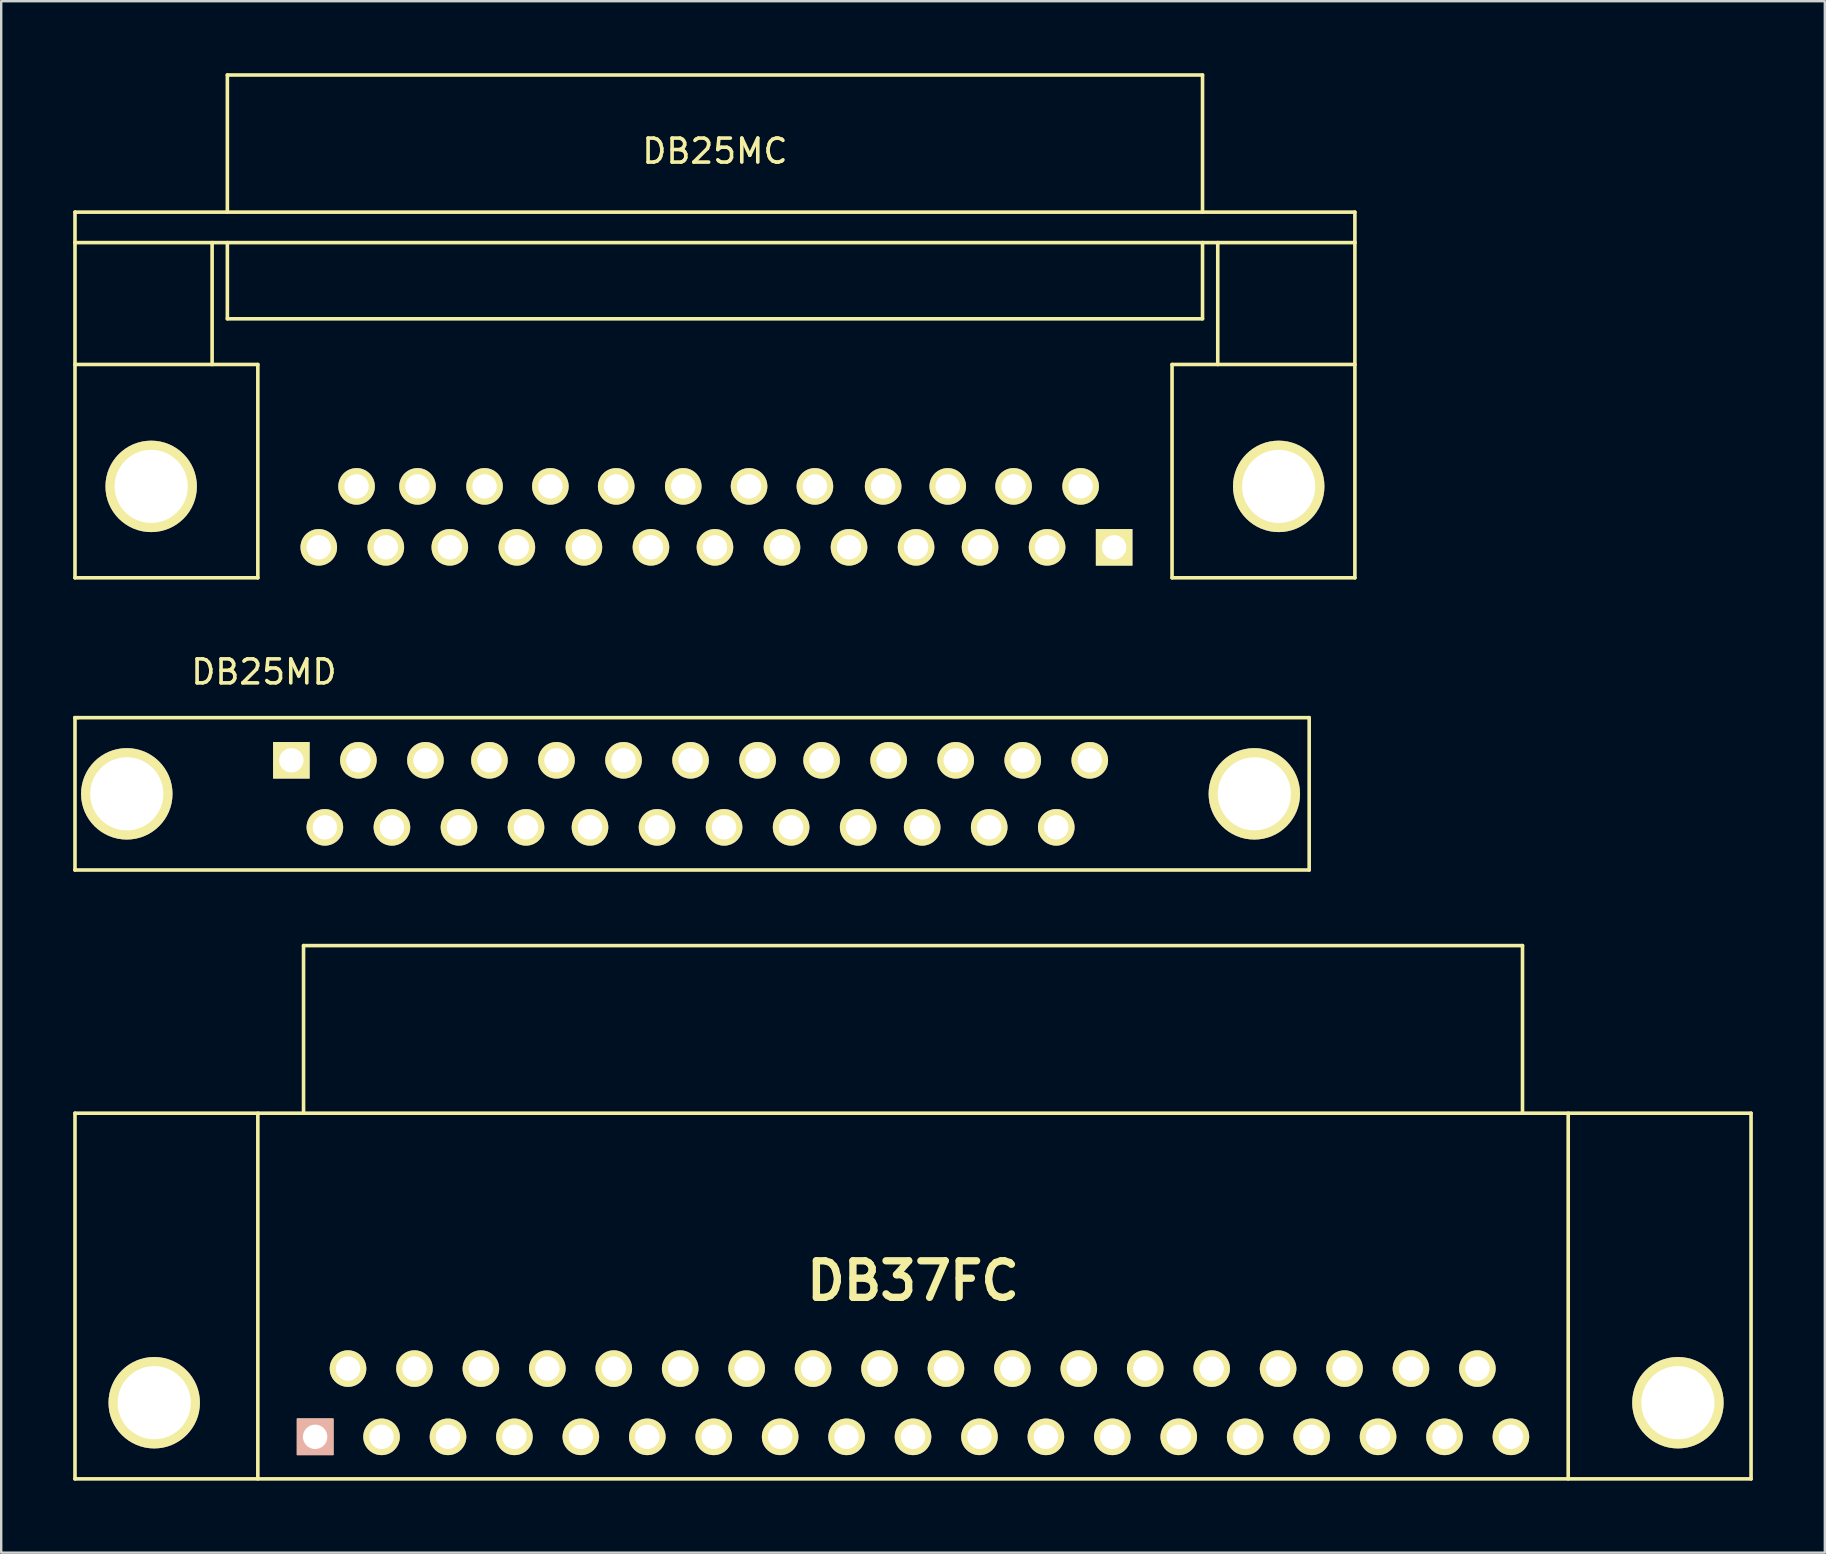
<source format=kicad_pcb>
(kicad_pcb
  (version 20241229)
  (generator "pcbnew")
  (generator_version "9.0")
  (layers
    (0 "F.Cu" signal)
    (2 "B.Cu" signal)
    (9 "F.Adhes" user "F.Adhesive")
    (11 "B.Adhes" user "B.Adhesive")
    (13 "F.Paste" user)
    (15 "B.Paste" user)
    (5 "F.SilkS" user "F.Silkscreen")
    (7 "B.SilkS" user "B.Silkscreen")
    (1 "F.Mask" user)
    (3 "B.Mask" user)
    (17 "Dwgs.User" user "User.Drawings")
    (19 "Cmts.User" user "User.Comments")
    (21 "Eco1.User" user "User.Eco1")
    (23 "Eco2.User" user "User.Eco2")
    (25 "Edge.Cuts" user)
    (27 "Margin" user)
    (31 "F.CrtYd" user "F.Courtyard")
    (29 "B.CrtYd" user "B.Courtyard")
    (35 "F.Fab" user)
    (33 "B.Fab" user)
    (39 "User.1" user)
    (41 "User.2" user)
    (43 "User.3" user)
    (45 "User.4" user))
  (footprint "DB25MD"
    (layer "F.Cu")
    (at 25.729 30.033)
    (property "Reference" "DB25MD" (at -17.78 -5.08 180) (layer "F.SilkS") (effects (font (size 1 1) (thickness 0.15))))
    (attr through_hole)
    (fp_line (start -25.654 -3.175) (end -25.654 -3.175) (stroke (width 0.15) (type solid)) (layer "F.SilkS"))
    (fp_line (start -25.654 -3.175) (end -25.654 3.175) (stroke (width 0.15) (type solid)) (layer "F.SilkS"))
    (fp_line (start -25.654 3.175) (end 25.781 3.175) (stroke (width 0.15) (type solid)) (layer "F.SilkS"))
    (fp_line (start -25.527 -3.175) (end -25.654 -3.175) (stroke (width 0.15) (type solid)) (layer "F.SilkS"))
    (fp_line (start 25.781 -3.175) (end -25.527 -3.175) (stroke (width 0.15) (type solid)) (layer "F.SilkS"))
    (fp_line (start 25.781 3.175) (end 25.781 -3.175) (stroke (width 0.15) (type solid)) (layer "F.SilkS"))
    (pad "0" thru_hole circle (at -23.495 0) (size 3.81 3.81) (drill 3.048) (layers "*.Cu" "*.Mask" "F.SilkS"))
    (pad "0" thru_hole circle (at 23.495 0) (size 3.81 3.81) (drill 3.048) (layers "*.Cu" "*.Mask" "F.SilkS"))
    (pad "1" thru_hole rect (at -16.637 -1.397) (size 1.524 1.524) (drill 1.016) (layers "*.Cu" "*.Mask" "F.SilkS"))
    (pad "2" thru_hole circle (at -13.843 -1.397) (size 1.524 1.524) (drill 1.016) (layers "*.Cu" "*.Mask" "F.SilkS"))
    (pad "3" thru_hole circle (at -11.049 -1.397) (size 1.524 1.524) (drill 1.016) (layers "*.Cu" "*.Mask" "F.SilkS"))
    (pad "4" thru_hole circle (at -8.382 -1.397) (size 1.524 1.524) (drill 1.016) (layers "*.Cu" "*.Mask" "F.SilkS"))
    (pad "5" thru_hole circle (at -5.588 -1.397) (size 1.524 1.524) (drill 1.016) (layers "*.Cu" "*.Mask" "F.SilkS"))
    (pad "6" thru_hole circle (at -2.794 -1.397) (size 1.524 1.524) (drill 1.016) (layers "*.Cu" "*.Mask" "F.SilkS"))
    (pad "7" thru_hole circle (at 0 -1.397) (size 1.524 1.524) (drill 1.016) (layers "*.Cu" "*.Mask" "F.SilkS"))
    (pad "8" thru_hole circle (at 2.794 -1.397) (size 1.524 1.524) (drill 1.016) (layers "*.Cu" "*.Mask" "F.SilkS"))
    (pad "9" thru_hole circle (at 5.461 -1.397) (size 1.524 1.524) (drill 1.016) (layers "*.Cu" "*.Mask" "F.SilkS"))
    (pad "10" thru_hole circle (at 8.255 -1.397) (size 1.524 1.524) (drill 1.016) (layers "*.Cu" "*.Mask" "F.SilkS"))
    (pad "11" thru_hole circle (at 11.049 -1.397) (size 1.524 1.524) (drill 1.016) (layers "*.Cu" "*.Mask" "F.SilkS"))
    (pad "12" thru_hole circle (at 13.843 -1.397) (size 1.524 1.524) (drill 1.016) (layers "*.Cu" "*.Mask" "F.SilkS"))
    (pad "13" thru_hole circle (at 16.637 -1.397) (size 1.524 1.524) (drill 1.016) (layers "*.Cu" "*.Mask" "F.SilkS"))
    (pad "14" thru_hole circle (at -15.24 1.397) (size 1.524 1.524) (drill 1.016) (layers "*.Cu" "*.Mask" "F.SilkS"))
    (pad "15" thru_hole circle (at -12.446 1.397) (size 1.524 1.524) (drill 1.016) (layers "*.Cu" "*.Mask" "F.SilkS"))
    (pad "16" thru_hole circle (at -9.652 1.397) (size 1.524 1.524) (drill 1.016) (layers "*.Cu" "*.Mask" "F.SilkS"))
    (pad "17" thru_hole circle (at -6.858 1.397) (size 1.524 1.524) (drill 1.016) (layers "*.Cu" "*.Mask" "F.SilkS"))
    (pad "18" thru_hole circle (at -4.191 1.397) (size 1.524 1.524) (drill 1.016) (layers "*.Cu" "*.Mask" "F.SilkS"))
    (pad "19" thru_hole circle (at -1.397 1.397) (size 1.524 1.524) (drill 1.016) (layers "*.Cu" "*.Mask" "F.SilkS"))
    (pad "20" thru_hole circle (at 1.397 1.397) (size 1.524 1.524) (drill 1.016) (layers "*.Cu" "*.Mask" "F.SilkS"))
    (pad "21" thru_hole circle (at 4.191 1.397) (size 1.524 1.524) (drill 1.016) (layers "*.Cu" "*.Mask" "F.SilkS"))
    (pad "22" thru_hole circle (at 6.985 1.397) (size 1.524 1.524) (drill 1.016) (layers "*.Cu" "*.Mask" "F.SilkS"))
    (pad "23" thru_hole circle (at 9.652 1.397) (size 1.524 1.524) (drill 1.016) (layers "*.Cu" "*.Mask" "F.SilkS"))
    (pad "24" thru_hole circle (at 12.446 1.397) (size 1.524 1.524) (drill 1.016) (layers "*.Cu" "*.Mask" "F.SilkS"))
    (pad "25" thru_hole circle (at 15.24 1.397) (size 1.524 1.524) (drill 1.016) (layers "*.Cu" "*.Mask" "F.SilkS")))
  (footprint "DB37FC"
    (layer "F.Cu")
    (at 35 55.408)
    (property "Reference" "DB37FC" (at 0 -5.08 180) (layer "F.SilkS") (effects (font (size 1.524 1.524) (thickness 0.305))))
    (attr through_hole)
    (fp_line (start -34.925 -12.065) (end 34.925 -12.065) (stroke (width 0.15) (type solid)) (layer "F.SilkS"))
    (fp_line (start -34.925 3.175) (end -34.925 -12.065) (stroke (width 0.15) (type solid)) (layer "F.SilkS"))
    (fp_line (start -27.305 -12.065) (end -27.305 3.175) (stroke (width 0.15) (type solid)) (layer "F.SilkS"))
    (fp_line (start -25.4 -19.05) (end -25.4 -12.065) (stroke (width 0.15) (type solid)) (layer "F.SilkS"))
    (fp_line (start 25.4 -19.05) (end -25.4 -19.05) (stroke (width 0.15) (type solid)) (layer "F.SilkS"))
    (fp_line (start 25.4 -12.065) (end 25.4 -19.05) (stroke (width 0.15) (type solid)) (layer "F.SilkS"))
    (fp_line (start 27.305 -12.065) (end 27.305 3.175) (stroke (width 0.15) (type solid)) (layer "F.SilkS"))
    (fp_line (start 34.925 -12.065) (end 34.925 3.175) (stroke (width 0.15) (type solid)) (layer "F.SilkS"))
    (fp_line (start 34.925 3.175) (end -34.925 3.175) (stroke (width 0.15) (type solid)) (layer "F.SilkS"))
    (pad "1" thru_hole rect (at -24.917 1.422 180) (size 1.524 1.524) (drill 1.016) (layers "*.Cu" "*.SilkS" "*.Mask"))
    (pad "2" thru_hole circle (at -22.149 1.422 180) (size 1.524 1.524) (drill 1.016) (layers "*.Cu" "*.Mask" "F.SilkS"))
    (pad "3" thru_hole circle (at -19.38 1.422 180) (size 1.524 1.524) (drill 1.016) (layers "*.Cu" "*.Mask" "F.SilkS"))
    (pad "4" thru_hole circle (at -16.612 1.422 180) (size 1.524 1.524) (drill 1.016) (layers "*.Cu" "*.Mask" "F.SilkS"))
    (pad "5" thru_hole circle (at -13.843 1.422 180) (size 1.524 1.524) (drill 1.016) (layers "*.Cu" "*.Mask" "F.SilkS"))
    (pad "6" thru_hole circle (at -11.074 1.422 180) (size 1.524 1.524) (drill 1.016) (layers "*.Cu" "*.Mask" "F.SilkS"))
    (pad "7" thru_hole circle (at -8.306 1.422 180) (size 1.524 1.524) (drill 1.016) (layers "*.Cu" "*.Mask" "F.SilkS"))
    (pad "8" thru_hole circle (at -5.537 1.422 180) (size 1.524 1.524) (drill 1.016) (layers "*.Cu" "*.Mask" "F.SilkS"))
    (pad "9" thru_hole circle (at -2.769 1.422 180) (size 1.524 1.524) (drill 1.016) (layers "*.Cu" "*.Mask" "F.SilkS"))
    (pad "10" thru_hole circle (at 0 1.422 180) (size 1.524 1.524) (drill 1.016) (layers "*.Cu" "*.Mask" "F.SilkS"))
    (pad "11" thru_hole circle (at 2.769 1.422 180) (size 1.524 1.524) (drill 1.016) (layers "*.Cu" "*.Mask" "F.SilkS"))
    (pad "12" thru_hole circle (at 5.537 1.422 180) (size 1.524 1.524) (drill 1.016) (layers "*.Cu" "*.Mask" "F.SilkS"))
    (pad "13" thru_hole circle (at 8.306 1.422 180) (size 1.524 1.524) (drill 1.016) (layers "*.Cu" "*.Mask" "F.SilkS"))
    (pad "14" thru_hole circle (at 11.074 1.422 180) (size 1.524 1.524) (drill 1.016) (layers "*.Cu" "*.Mask" "F.SilkS"))
    (pad "15" thru_hole circle (at 13.843 1.422 180) (size 1.524 1.524) (drill 1.016) (layers "*.Cu" "*.Mask" "F.SilkS"))
    (pad "16" thru_hole circle (at 16.612 1.422 180) (size 1.524 1.524) (drill 1.016) (layers "*.Cu" "*.Mask" "F.SilkS"))
    (pad "17" thru_hole circle (at 19.38 1.422 180) (size 1.524 1.524) (drill 1.016) (layers "*.Cu" "*.Mask" "F.SilkS"))
    (pad "18" thru_hole circle (at 22.149 1.422 180) (size 1.524 1.524) (drill 1.016) (layers "*.Cu" "*.Mask" "F.SilkS"))
    (pad "19" thru_hole circle (at 24.917 1.422 180) (size 1.524 1.524) (drill 1.016) (layers "*.Cu" "*.Mask" "F.SilkS"))
    (pad "20" thru_hole circle (at -23.546 -1.422 180) (size 1.524 1.524) (drill 1.016) (layers "*.Cu" "*.Mask" "F.SilkS"))
    (pad "21" thru_hole circle (at -20.777 -1.422 180) (size 1.524 1.524) (drill 1.016) (layers "*.Cu" "*.Mask" "F.SilkS"))
    (pad "22" thru_hole circle (at -18.009 -1.422 180) (size 1.524 1.524) (drill 1.016) (layers "*.Cu" "*.Mask" "F.SilkS"))
    (pad "23" thru_hole circle (at -15.24 -1.422 180) (size 1.524 1.524) (drill 1.016) (layers "*.Cu" "*.Mask" "F.SilkS"))
    (pad "24" thru_hole circle (at -12.471 -1.422 180) (size 1.524 1.524) (drill 1.016) (layers "*.Cu" "*.Mask" "F.SilkS"))
    (pad "25" thru_hole circle (at -9.703 -1.422 180) (size 1.524 1.524) (drill 1.016) (layers "*.Cu" "*.Mask" "F.SilkS"))
    (pad "26" thru_hole circle (at -6.934 -1.422 180) (size 1.524 1.524) (drill 1.016) (layers "*.Cu" "*.Mask" "F.SilkS"))
    (pad "27" thru_hole circle (at -4.166 -1.422 180) (size 1.524 1.524) (drill 1.016) (layers "*.Cu" "*.Mask" "F.SilkS"))
    (pad "28" thru_hole circle (at -1.397 -1.422 180) (size 1.524 1.524) (drill 1.016) (layers "*.Cu" "*.Mask" "F.SilkS"))
    (pad "29" thru_hole circle (at 1.372 -1.422 180) (size 1.524 1.524) (drill 1.016) (layers "*.Cu" "*.Mask" "F.SilkS"))
    (pad "30" thru_hole circle (at 4.14 -1.422 180) (size 1.524 1.524) (drill 1.016) (layers "*.Cu" "*.Mask" "F.SilkS"))
    (pad "31" thru_hole circle (at 6.909 -1.422 180) (size 1.524 1.524) (drill 1.016) (layers "*.Cu" "*.Mask" "F.SilkS"))
    (pad "32" thru_hole circle (at 9.677 -1.422 180) (size 1.524 1.524) (drill 1.016) (layers "*.Cu" "*.Mask" "F.SilkS"))
    (pad "33" thru_hole circle (at 12.446 -1.422 180) (size 1.524 1.524) (drill 1.016) (layers "*.Cu" "*.Mask" "F.SilkS"))
    (pad "34" thru_hole circle (at 15.215 -1.422 180) (size 1.524 1.524) (drill 1.016) (layers "*.Cu" "*.Mask" "F.SilkS"))
    (pad "35" thru_hole circle (at 17.983 -1.422 180) (size 1.524 1.524) (drill 1.016) (layers "*.Cu" "*.Mask" "F.SilkS"))
    (pad "36" thru_hole circle (at 20.752 -1.422 180) (size 1.524 1.524) (drill 1.016) (layers "*.Cu" "*.Mask" "F.SilkS"))
    (pad "37" thru_hole circle (at 23.52 -1.422 180) (size 1.524 1.524) (drill 1.016) (layers "*.Cu" "*.Mask" "F.SilkS"))
    (pad "?" thru_hole circle (at -31.623 0 180) (size 3.81 3.81) (drill 3.048) (layers "*.Cu" "*.Mask" "F.SilkS"))
    (pad "?" thru_hole circle (at 31.877 0 180) (size 3.81 3.81) (drill 3.048) (layers "*.Cu" "*.Mask" "F.SilkS")))
  (footprint "DB25MC"
    (layer "F.Cu")
    (at 26.745 18.49)
    (property "Reference" "DB25MC" (at 0 -15.24 0) (layer "F.SilkS") (effects (font (size 1 1) (thickness 0.15))))
    (attr through_hole)
    (fp_line (start -26.67 -12.7) (end -26.67 -11.43) (stroke (width 0.15) (type solid)) (layer "F.SilkS"))
    (fp_line (start -26.67 -11.43) (end 26.67 -11.43) (stroke (width 0.15) (type solid)) (layer "F.SilkS"))
    (fp_line (start -26.67 -6.35) (end -19.05 -6.35) (stroke (width 0.15) (type solid)) (layer "F.SilkS"))
    (fp_line (start -26.67 2.54) (end -26.67 -11.43) (stroke (width 0.15) (type solid)) (layer "F.SilkS"))
    (fp_line (start -26.67 2.54) (end -19.05 2.54) (stroke (width 0.15) (type solid)) (layer "F.SilkS"))
    (fp_line (start -20.955 -11.43) (end -20.955 -6.35) (stroke (width 0.15) (type solid)) (layer "F.SilkS"))
    (fp_line (start -20.32 -18.415) (end -20.32 -12.7) (stroke (width 0.15) (type solid)) (layer "F.SilkS"))
    (fp_line (start -20.32 -18.415) (end 20.32 -18.415) (stroke (width 0.15) (type solid)) (layer "F.SilkS"))
    (fp_line (start -20.32 -8.255) (end -20.32 -11.43) (stroke (width 0.15) (type solid)) (layer "F.SilkS"))
    (fp_line (start -20.32 -8.255) (end 20.32 -8.255) (stroke (width 0.15) (type solid)) (layer "F.SilkS"))
    (fp_line (start -19.05 -6.35) (end -19.05 2.54) (stroke (width 0.15) (type solid)) (layer "F.SilkS"))
    (fp_line (start 19.05 -6.35) (end 19.05 2.54) (stroke (width 0.15) (type solid)) (layer "F.SilkS"))
    (fp_line (start 19.05 2.54) (end 26.67 2.54) (stroke (width 0.15) (type solid)) (layer "F.SilkS"))
    (fp_line (start 20.32 -18.415) (end 20.32 -12.7) (stroke (width 0.15) (type solid)) (layer "F.SilkS"))
    (fp_line (start 20.32 -8.255) (end 20.32 -11.43) (stroke (width 0.15) (type solid)) (layer "F.SilkS"))
    (fp_line (start 20.955 -11.43) (end 20.955 -6.35) (stroke (width 0.15) (type solid)) (layer "F.SilkS"))
    (fp_line (start 26.67 -12.7) (end -26.67 -12.7) (stroke (width 0.15) (type solid)) (layer "F.SilkS"))
    (fp_line (start 26.67 -11.43) (end 26.67 -12.7) (stroke (width 0.15) (type solid)) (layer "F.SilkS"))
    (fp_line (start 26.67 -11.43) (end 26.67 2.54) (stroke (width 0.15) (type solid)) (layer "F.SilkS"))
    (fp_line (start 26.67 -6.35) (end 19.05 -6.35) (stroke (width 0.15) (type solid)) (layer "F.SilkS"))
    (pad "" thru_hole circle (at -23.495 -1.27) (size 3.81 3.81) (drill 3.048) (layers "*.Cu" "*.Mask" "F.SilkS"))
    (pad "" thru_hole circle (at 23.495 -1.27) (size 3.81 3.81) (drill 3.048) (layers "*.Cu" "*.Mask" "F.SilkS"))
    (pad "1" thru_hole rect (at 16.637 1.27) (size 1.524 1.524) (drill 1.016) (layers "*.Cu" "*.Mask" "F.SilkS"))
    (pad "2" thru_hole circle (at 13.843 1.27) (size 1.524 1.524) (drill 1.016) (layers "*.Cu" "*.Mask" "F.SilkS"))
    (pad "3" thru_hole circle (at 11.049 1.27) (size 1.524 1.524) (drill 1.016) (layers "*.Cu" "*.Mask" "F.SilkS"))
    (pad "4" thru_hole circle (at 8.382 1.27) (size 1.524 1.524) (drill 1.016) (layers "*.Cu" "*.Mask" "F.SilkS"))
    (pad "5" thru_hole circle (at 5.588 1.27) (size 1.524 1.524) (drill 1.016) (layers "*.Cu" "*.Mask" "F.SilkS"))
    (pad "6" thru_hole circle (at 2.794 1.27) (size 1.524 1.524) (drill 1.016) (layers "*.Cu" "*.Mask" "F.SilkS"))
    (pad "7" thru_hole circle (at 0 1.27) (size 1.524 1.524) (drill 1.016) (layers "*.Cu" "*.Mask" "F.SilkS"))
    (pad "8" thru_hole circle (at -2.667 1.27) (size 1.524 1.524) (drill 1.016) (layers "*.Cu" "*.Mask" "F.SilkS"))
    (pad "9" thru_hole circle (at -5.461 1.27) (size 1.524 1.524) (drill 1.016) (layers "*.Cu" "*.Mask" "F.SilkS"))
    (pad "10" thru_hole circle (at -8.255 1.27) (size 1.524 1.524) (drill 1.016) (layers "*.Cu" "*.Mask" "F.SilkS"))
    (pad "11" thru_hole circle (at -11.049 1.27) (size 1.524 1.524) (drill 1.016) (layers "*.Cu" "*.Mask" "F.SilkS"))
    (pad "12" thru_hole circle (at -13.716 1.27) (size 1.524 1.524) (drill 1.016) (layers "*.Cu" "*.Mask" "F.SilkS"))
    (pad "13" thru_hole circle (at -16.51 1.27) (size 1.524 1.524) (drill 1.016) (layers "*.Cu" "*.Mask" "F.SilkS"))
    (pad "14" thru_hole circle (at 15.24 -1.27) (size 1.524 1.524) (drill 1.016) (layers "*.Cu" "*.Mask" "F.SilkS"))
    (pad "15" thru_hole circle (at 12.446 -1.27) (size 1.524 1.524) (drill 1.016) (layers "*.Cu" "*.Mask" "F.SilkS"))
    (pad "16" thru_hole circle (at 9.703 -1.27) (size 1.524 1.524) (drill 1.016) (layers "*.Cu" "*.Mask" "F.SilkS"))
    (pad "17" thru_hole circle (at 7.01 -1.27) (size 1.524 1.524) (drill 1.016) (layers "*.Cu" "*.Mask" "F.SilkS"))
    (pad "18" thru_hole circle (at 4.166 -1.27) (size 1.524 1.524) (drill 1.016) (layers "*.Cu" "*.Mask" "F.SilkS"))
    (pad "19" thru_hole circle (at 1.422 -1.27) (size 1.524 1.524) (drill 1.016) (layers "*.Cu" "*.Mask" "F.SilkS"))
    (pad "20" thru_hole circle (at -1.321 -1.27) (size 1.524 1.524) (drill 1.016) (layers "*.Cu" "*.Mask" "F.SilkS"))
    (pad "21" thru_hole circle (at -4.115 -1.27) (size 1.524 1.524) (drill 1.016) (layers "*.Cu" "*.Mask" "F.SilkS"))
    (pad "22" thru_hole circle (at -6.858 -1.27) (size 1.524 1.524) (drill 1.016) (layers "*.Cu" "*.Mask" "F.SilkS"))
    (pad "23" thru_hole circle (at -9.601 -1.27) (size 1.524 1.524) (drill 1.016) (layers "*.Cu" "*.Mask" "F.SilkS"))
    (pad "24" thru_hole circle (at -12.395 -1.27) (size 1.524 1.524) (drill 1.016) (layers "*.Cu" "*.Mask" "F.SilkS"))
    (pad "25" thru_hole circle (at -14.935 -1.27) (size 1.524 1.524) (drill 1.016) (layers "*.Cu" "*.Mask" "F.SilkS")))
  (gr_rect
    (start -3 -3)
    (end 73 61.658)
    (stroke (width 0.1) (type default))
    (fill no)
    (layer "Edge.Cuts")))
</source>
